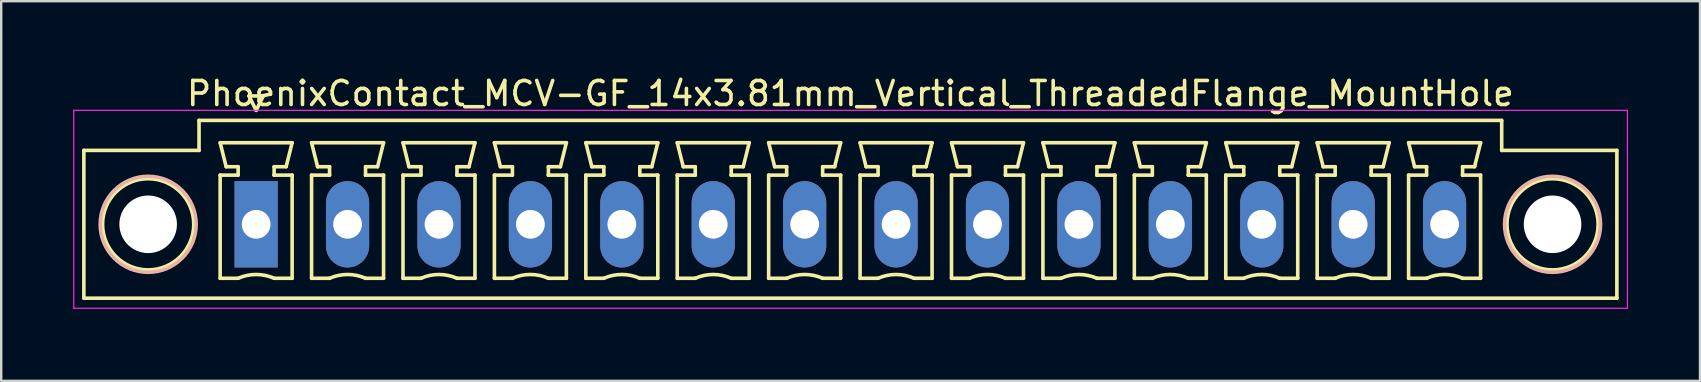
<source format=kicad_pcb>
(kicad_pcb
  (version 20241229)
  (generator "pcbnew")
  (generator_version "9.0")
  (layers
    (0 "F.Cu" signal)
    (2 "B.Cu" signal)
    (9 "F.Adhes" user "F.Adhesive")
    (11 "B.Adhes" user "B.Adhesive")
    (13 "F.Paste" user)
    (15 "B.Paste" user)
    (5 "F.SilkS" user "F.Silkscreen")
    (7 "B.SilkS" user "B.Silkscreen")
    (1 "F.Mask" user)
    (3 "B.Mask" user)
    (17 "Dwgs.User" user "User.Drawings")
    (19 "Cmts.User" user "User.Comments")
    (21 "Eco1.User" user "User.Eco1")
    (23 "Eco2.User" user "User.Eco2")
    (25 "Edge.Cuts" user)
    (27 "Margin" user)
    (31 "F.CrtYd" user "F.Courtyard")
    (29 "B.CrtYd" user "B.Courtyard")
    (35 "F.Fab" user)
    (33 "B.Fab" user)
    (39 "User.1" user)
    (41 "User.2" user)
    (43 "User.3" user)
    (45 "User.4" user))
  (footprint "PhoenixContact_MCV-GF_14x3.81mm_Vertical_ThreadedFlange_MountHole"
    (layer "F.Cu")
    (at 7.625 6.298)
    (property "Reference" "PhoenixContact_MCV-GF_14x3.81mm_Vertical_ThreadedFlange_MountHole" (at 24.765 -5.45 0) (layer "F.SilkS") (effects (font (size 1 1) (thickness 0.15))))
    (attr through_hole)
    (fp_line (start -7.18 -3.08) (end -7.18 3.08) (stroke (width 0.15) (type solid)) (layer "F.SilkS"))
    (fp_line (start -7.18 3.08) (end 56.71 3.08) (stroke (width 0.15) (type solid)) (layer "F.SilkS"))
    (fp_line (start -2.38 -4.33) (end -2.38 -3.08) (stroke (width 0.15) (type solid)) (layer "F.SilkS"))
    (fp_line (start -2.38 -3.08) (end -7.18 -3.08) (stroke (width 0.15) (type solid)) (layer "F.SilkS"))
    (fp_line (start -1.5 -3.4) (end 1.5 -3.4) (stroke (width 0.15) (type solid)) (layer "F.SilkS"))
    (fp_line (start -1.5 -2.05) (end -0.75 -2.05) (stroke (width 0.15) (type solid)) (layer "F.SilkS"))
    (fp_line (start -1.5 2.25) (end -1.5 -2.05) (stroke (width 0.15) (type solid)) (layer "F.SilkS"))
    (fp_line (start -1.25 -2.4) (end -1.5 -3.4) (stroke (width 0.15) (type solid)) (layer "F.SilkS"))
    (fp_line (start -0.75 -2.4) (end -1.25 -2.4) (stroke (width 0.15) (type solid)) (layer "F.SilkS"))
    (fp_line (start -0.75 -2.05) (end -0.75 -2.4) (stroke (width 0.15) (type solid)) (layer "F.SilkS"))
    (fp_line (start -0.75 2.25) (end -1.5 2.25) (stroke (width 0.15) (type solid)) (layer "F.SilkS"))
    (fp_line (start -0.3 -5.35) (end 0 -4.75) (stroke (width 0.15) (type solid)) (layer "F.SilkS"))
    (fp_line (start 0 -4.75) (end 0.3 -5.35) (stroke (width 0.15) (type solid)) (layer "F.SilkS"))
    (fp_line (start 0.3 -5.35) (end -0.3 -5.35) (stroke (width 0.15) (type solid)) (layer "F.SilkS"))
    (fp_line (start 0.75 -2.4) (end 0.75 -2.05) (stroke (width 0.15) (type solid)) (layer "F.SilkS"))
    (fp_line (start 0.75 -2.05) (end 0.75 -2.05) (stroke (width 0.15) (type solid)) (layer "F.SilkS"))
    (fp_line (start 0.75 -2.05) (end 1.5 -2.05) (stroke (width 0.15) (type solid)) (layer "F.SilkS"))
    (fp_line (start 1.25 -2.4) (end 0.75 -2.4) (stroke (width 0.15) (type solid)) (layer "F.SilkS"))
    (fp_line (start 1.5 -3.4) (end 1.25 -2.4) (stroke (width 0.15) (type solid)) (layer "F.SilkS"))
    (fp_line (start 1.5 -2.05) (end 1.5 2.25) (stroke (width 0.15) (type solid)) (layer "F.SilkS"))
    (fp_line (start 1.5 2.25) (end 0.75 2.25) (stroke (width 0.15) (type solid)) (layer "F.SilkS"))
    (fp_line (start 2.31 -3.4) (end 5.31 -3.4) (stroke (width 0.15) (type solid)) (layer "F.SilkS"))
    (fp_line (start 2.31 -2.05) (end 3.06 -2.05) (stroke (width 0.15) (type solid)) (layer "F.SilkS"))
    (fp_line (start 2.31 2.25) (end 2.31 -2.05) (stroke (width 0.15) (type solid)) (layer "F.SilkS"))
    (fp_line (start 2.56 -2.4) (end 2.31 -3.4) (stroke (width 0.15) (type solid)) (layer "F.SilkS"))
    (fp_line (start 3.06 -2.4) (end 2.56 -2.4) (stroke (width 0.15) (type solid)) (layer "F.SilkS"))
    (fp_line (start 3.06 -2.05) (end 3.06 -2.4) (stroke (width 0.15) (type solid)) (layer "F.SilkS"))
    (fp_line (start 3.06 2.25) (end 2.31 2.25) (stroke (width 0.15) (type solid)) (layer "F.SilkS"))
    (fp_line (start 4.56 -2.4) (end 4.56 -2.05) (stroke (width 0.15) (type solid)) (layer "F.SilkS"))
    (fp_line (start 4.56 -2.05) (end 4.56 -2.05) (stroke (width 0.15) (type solid)) (layer "F.SilkS"))
    (fp_line (start 4.56 -2.05) (end 5.31 -2.05) (stroke (width 0.15) (type solid)) (layer "F.SilkS"))
    (fp_line (start 5.06 -2.4) (end 4.56 -2.4) (stroke (width 0.15) (type solid)) (layer "F.SilkS"))
    (fp_line (start 5.31 -3.4) (end 5.06 -2.4) (stroke (width 0.15) (type solid)) (layer "F.SilkS"))
    (fp_line (start 5.31 -2.05) (end 5.31 2.25) (stroke (width 0.15) (type solid)) (layer "F.SilkS"))
    (fp_line (start 5.31 2.25) (end 4.56 2.25) (stroke (width 0.15) (type solid)) (layer "F.SilkS"))
    (fp_line (start 6.12 -3.4) (end 9.12 -3.4) (stroke (width 0.15) (type solid)) (layer "F.SilkS"))
    (fp_line (start 6.12 -2.05) (end 6.87 -2.05) (stroke (width 0.15) (type solid)) (layer "F.SilkS"))
    (fp_line (start 6.12 2.25) (end 6.12 -2.05) (stroke (width 0.15) (type solid)) (layer "F.SilkS"))
    (fp_line (start 6.37 -2.4) (end 6.12 -3.4) (stroke (width 0.15) (type solid)) (layer "F.SilkS"))
    (fp_line (start 6.87 -2.4) (end 6.37 -2.4) (stroke (width 0.15) (type solid)) (layer "F.SilkS"))
    (fp_line (start 6.87 -2.05) (end 6.87 -2.4) (stroke (width 0.15) (type solid)) (layer "F.SilkS"))
    (fp_line (start 6.87 2.25) (end 6.12 2.25) (stroke (width 0.15) (type solid)) (layer "F.SilkS"))
    (fp_line (start 8.37 -2.4) (end 8.37 -2.05) (stroke (width 0.15) (type solid)) (layer "F.SilkS"))
    (fp_line (start 8.37 -2.05) (end 8.37 -2.05) (stroke (width 0.15) (type solid)) (layer "F.SilkS"))
    (fp_line (start 8.37 -2.05) (end 9.12 -2.05) (stroke (width 0.15) (type solid)) (layer "F.SilkS"))
    (fp_line (start 8.87 -2.4) (end 8.37 -2.4) (stroke (width 0.15) (type solid)) (layer "F.SilkS"))
    (fp_line (start 9.12 -3.4) (end 8.87 -2.4) (stroke (width 0.15) (type solid)) (layer "F.SilkS"))
    (fp_line (start 9.12 -2.05) (end 9.12 2.25) (stroke (width 0.15) (type solid)) (layer "F.SilkS"))
    (fp_line (start 9.12 2.25) (end 8.37 2.25) (stroke (width 0.15) (type solid)) (layer "F.SilkS"))
    (fp_line (start 9.93 -3.4) (end 12.93 -3.4) (stroke (width 0.15) (type solid)) (layer "F.SilkS"))
    (fp_line (start 9.93 -2.05) (end 10.68 -2.05) (stroke (width 0.15) (type solid)) (layer "F.SilkS"))
    (fp_line (start 9.93 2.25) (end 9.93 -2.05) (stroke (width 0.15) (type solid)) (layer "F.SilkS"))
    (fp_line (start 10.18 -2.4) (end 9.93 -3.4) (stroke (width 0.15) (type solid)) (layer "F.SilkS"))
    (fp_line (start 10.68 -2.4) (end 10.18 -2.4) (stroke (width 0.15) (type solid)) (layer "F.SilkS"))
    (fp_line (start 10.68 -2.05) (end 10.68 -2.4) (stroke (width 0.15) (type solid)) (layer "F.SilkS"))
    (fp_line (start 10.68 2.25) (end 9.93 2.25) (stroke (width 0.15) (type solid)) (layer "F.SilkS"))
    (fp_line (start 12.18 -2.4) (end 12.18 -2.05) (stroke (width 0.15) (type solid)) (layer "F.SilkS"))
    (fp_line (start 12.18 -2.05) (end 12.18 -2.05) (stroke (width 0.15) (type solid)) (layer "F.SilkS"))
    (fp_line (start 12.18 -2.05) (end 12.93 -2.05) (stroke (width 0.15) (type solid)) (layer "F.SilkS"))
    (fp_line (start 12.68 -2.4) (end 12.18 -2.4) (stroke (width 0.15) (type solid)) (layer "F.SilkS"))
    (fp_line (start 12.93 -3.4) (end 12.68 -2.4) (stroke (width 0.15) (type solid)) (layer "F.SilkS"))
    (fp_line (start 12.93 -2.05) (end 12.93 2.25) (stroke (width 0.15) (type solid)) (layer "F.SilkS"))
    (fp_line (start 12.93 2.25) (end 12.18 2.25) (stroke (width 0.15) (type solid)) (layer "F.SilkS"))
    (fp_line (start 13.74 -3.4) (end 16.74 -3.4) (stroke (width 0.15) (type solid)) (layer "F.SilkS"))
    (fp_line (start 13.74 -2.05) (end 14.49 -2.05) (stroke (width 0.15) (type solid)) (layer "F.SilkS"))
    (fp_line (start 13.74 2.25) (end 13.74 -2.05) (stroke (width 0.15) (type solid)) (layer "F.SilkS"))
    (fp_line (start 13.99 -2.4) (end 13.74 -3.4) (stroke (width 0.15) (type solid)) (layer "F.SilkS"))
    (fp_line (start 14.49 -2.4) (end 13.99 -2.4) (stroke (width 0.15) (type solid)) (layer "F.SilkS"))
    (fp_line (start 14.49 -2.05) (end 14.49 -2.4) (stroke (width 0.15) (type solid)) (layer "F.SilkS"))
    (fp_line (start 14.49 2.25) (end 13.74 2.25) (stroke (width 0.15) (type solid)) (layer "F.SilkS"))
    (fp_line (start 15.99 -2.4) (end 15.99 -2.05) (stroke (width 0.15) (type solid)) (layer "F.SilkS"))
    (fp_line (start 15.99 -2.05) (end 15.99 -2.05) (stroke (width 0.15) (type solid)) (layer "F.SilkS"))
    (fp_line (start 15.99 -2.05) (end 16.74 -2.05) (stroke (width 0.15) (type solid)) (layer "F.SilkS"))
    (fp_line (start 16.49 -2.4) (end 15.99 -2.4) (stroke (width 0.15) (type solid)) (layer "F.SilkS"))
    (fp_line (start 16.74 -3.4) (end 16.49 -2.4) (stroke (width 0.15) (type solid)) (layer "F.SilkS"))
    (fp_line (start 16.74 -2.05) (end 16.74 2.25) (stroke (width 0.15) (type solid)) (layer "F.SilkS"))
    (fp_line (start 16.74 2.25) (end 15.99 2.25) (stroke (width 0.15) (type solid)) (layer "F.SilkS"))
    (fp_line (start 17.55 -3.4) (end 20.55 -3.4) (stroke (width 0.15) (type solid)) (layer "F.SilkS"))
    (fp_line (start 17.55 -2.05) (end 18.3 -2.05) (stroke (width 0.15) (type solid)) (layer "F.SilkS"))
    (fp_line (start 17.55 2.25) (end 17.55 -2.05) (stroke (width 0.15) (type solid)) (layer "F.SilkS"))
    (fp_line (start 17.8 -2.4) (end 17.55 -3.4) (stroke (width 0.15) (type solid)) (layer "F.SilkS"))
    (fp_line (start 18.3 -2.4) (end 17.8 -2.4) (stroke (width 0.15) (type solid)) (layer "F.SilkS"))
    (fp_line (start 18.3 -2.05) (end 18.3 -2.4) (stroke (width 0.15) (type solid)) (layer "F.SilkS"))
    (fp_line (start 18.3 2.25) (end 17.55 2.25) (stroke (width 0.15) (type solid)) (layer "F.SilkS"))
    (fp_line (start 19.8 -2.4) (end 19.8 -2.05) (stroke (width 0.15) (type solid)) (layer "F.SilkS"))
    (fp_line (start 19.8 -2.05) (end 19.8 -2.05) (stroke (width 0.15) (type solid)) (layer "F.SilkS"))
    (fp_line (start 19.8 -2.05) (end 20.55 -2.05) (stroke (width 0.15) (type solid)) (layer "F.SilkS"))
    (fp_line (start 20.3 -2.4) (end 19.8 -2.4) (stroke (width 0.15) (type solid)) (layer "F.SilkS"))
    (fp_line (start 20.55 -3.4) (end 20.3 -2.4) (stroke (width 0.15) (type solid)) (layer "F.SilkS"))
    (fp_line (start 20.55 -2.05) (end 20.55 2.25) (stroke (width 0.15) (type solid)) (layer "F.SilkS"))
    (fp_line (start 20.55 2.25) (end 19.8 2.25) (stroke (width 0.15) (type solid)) (layer "F.SilkS"))
    (fp_line (start 21.36 -3.4) (end 24.36 -3.4) (stroke (width 0.15) (type solid)) (layer "F.SilkS"))
    (fp_line (start 21.36 -2.05) (end 22.11 -2.05) (stroke (width 0.15) (type solid)) (layer "F.SilkS"))
    (fp_line (start 21.36 2.25) (end 21.36 -2.05) (stroke (width 0.15) (type solid)) (layer "F.SilkS"))
    (fp_line (start 21.61 -2.4) (end 21.36 -3.4) (stroke (width 0.15) (type solid)) (layer "F.SilkS"))
    (fp_line (start 22.11 -2.4) (end 21.61 -2.4) (stroke (width 0.15) (type solid)) (layer "F.SilkS"))
    (fp_line (start 22.11 -2.05) (end 22.11 -2.4) (stroke (width 0.15) (type solid)) (layer "F.SilkS"))
    (fp_line (start 22.11 2.25) (end 21.36 2.25) (stroke (width 0.15) (type solid)) (layer "F.SilkS"))
    (fp_line (start 23.61 -2.4) (end 23.61 -2.05) (stroke (width 0.15) (type solid)) (layer "F.SilkS"))
    (fp_line (start 23.61 -2.05) (end 23.61 -2.05) (stroke (width 0.15) (type solid)) (layer "F.SilkS"))
    (fp_line (start 23.61 -2.05) (end 24.36 -2.05) (stroke (width 0.15) (type solid)) (layer "F.SilkS"))
    (fp_line (start 24.11 -2.4) (end 23.61 -2.4) (stroke (width 0.15) (type solid)) (layer "F.SilkS"))
    (fp_line (start 24.36 -3.4) (end 24.11 -2.4) (stroke (width 0.15) (type solid)) (layer "F.SilkS"))
    (fp_line (start 24.36 -2.05) (end 24.36 2.25) (stroke (width 0.15) (type solid)) (layer "F.SilkS"))
    (fp_line (start 24.36 2.25) (end 23.61 2.25) (stroke (width 0.15) (type solid)) (layer "F.SilkS"))
    (fp_line (start 25.17 -3.4) (end 28.17 -3.4) (stroke (width 0.15) (type solid)) (layer "F.SilkS"))
    (fp_line (start 25.17 -2.05) (end 25.92 -2.05) (stroke (width 0.15) (type solid)) (layer "F.SilkS"))
    (fp_line (start 25.17 2.25) (end 25.17 -2.05) (stroke (width 0.15) (type solid)) (layer "F.SilkS"))
    (fp_line (start 25.42 -2.4) (end 25.17 -3.4) (stroke (width 0.15) (type solid)) (layer "F.SilkS"))
    (fp_line (start 25.92 -2.4) (end 25.42 -2.4) (stroke (width 0.15) (type solid)) (layer "F.SilkS"))
    (fp_line (start 25.92 -2.05) (end 25.92 -2.4) (stroke (width 0.15) (type solid)) (layer "F.SilkS"))
    (fp_line (start 25.92 2.25) (end 25.17 2.25) (stroke (width 0.15) (type solid)) (layer "F.SilkS"))
    (fp_line (start 27.42 -2.4) (end 27.42 -2.05) (stroke (width 0.15) (type solid)) (layer "F.SilkS"))
    (fp_line (start 27.42 -2.05) (end 27.42 -2.05) (stroke (width 0.15) (type solid)) (layer "F.SilkS"))
    (fp_line (start 27.42 -2.05) (end 28.17 -2.05) (stroke (width 0.15) (type solid)) (layer "F.SilkS"))
    (fp_line (start 27.92 -2.4) (end 27.42 -2.4) (stroke (width 0.15) (type solid)) (layer "F.SilkS"))
    (fp_line (start 28.17 -3.4) (end 27.92 -2.4) (stroke (width 0.15) (type solid)) (layer "F.SilkS"))
    (fp_line (start 28.17 -2.05) (end 28.17 2.25) (stroke (width 0.15) (type solid)) (layer "F.SilkS"))
    (fp_line (start 28.17 2.25) (end 27.42 2.25) (stroke (width 0.15) (type solid)) (layer "F.SilkS"))
    (fp_line (start 28.98 -3.4) (end 31.98 -3.4) (stroke (width 0.15) (type solid)) (layer "F.SilkS"))
    (fp_line (start 28.98 -2.05) (end 29.73 -2.05) (stroke (width 0.15) (type solid)) (layer "F.SilkS"))
    (fp_line (start 28.98 2.25) (end 28.98 -2.05) (stroke (width 0.15) (type solid)) (layer "F.SilkS"))
    (fp_line (start 29.23 -2.4) (end 28.98 -3.4) (stroke (width 0.15) (type solid)) (layer "F.SilkS"))
    (fp_line (start 29.73 -2.4) (end 29.23 -2.4) (stroke (width 0.15) (type solid)) (layer "F.SilkS"))
    (fp_line (start 29.73 -2.05) (end 29.73 -2.4) (stroke (width 0.15) (type solid)) (layer "F.SilkS"))
    (fp_line (start 29.73 2.25) (end 28.98 2.25) (stroke (width 0.15) (type solid)) (layer "F.SilkS"))
    (fp_line (start 31.23 -2.4) (end 31.23 -2.05) (stroke (width 0.15) (type solid)) (layer "F.SilkS"))
    (fp_line (start 31.23 -2.05) (end 31.23 -2.05) (stroke (width 0.15) (type solid)) (layer "F.SilkS"))
    (fp_line (start 31.23 -2.05) (end 31.98 -2.05) (stroke (width 0.15) (type solid)) (layer "F.SilkS"))
    (fp_line (start 31.73 -2.4) (end 31.23 -2.4) (stroke (width 0.15) (type solid)) (layer "F.SilkS"))
    (fp_line (start 31.98 -3.4) (end 31.73 -2.4) (stroke (width 0.15) (type solid)) (layer "F.SilkS"))
    (fp_line (start 31.98 -2.05) (end 31.98 2.25) (stroke (width 0.15) (type solid)) (layer "F.SilkS"))
    (fp_line (start 31.98 2.25) (end 31.23 2.25) (stroke (width 0.15) (type solid)) (layer "F.SilkS"))
    (fp_line (start 32.79 -3.4) (end 35.79 -3.4) (stroke (width 0.15) (type solid)) (layer "F.SilkS"))
    (fp_line (start 32.79 -2.05) (end 33.54 -2.05) (stroke (width 0.15) (type solid)) (layer "F.SilkS"))
    (fp_line (start 32.79 2.25) (end 32.79 -2.05) (stroke (width 0.15) (type solid)) (layer "F.SilkS"))
    (fp_line (start 33.04 -2.4) (end 32.79 -3.4) (stroke (width 0.15) (type solid)) (layer "F.SilkS"))
    (fp_line (start 33.54 -2.4) (end 33.04 -2.4) (stroke (width 0.15) (type solid)) (layer "F.SilkS"))
    (fp_line (start 33.54 -2.05) (end 33.54 -2.4) (stroke (width 0.15) (type solid)) (layer "F.SilkS"))
    (fp_line (start 33.54 2.25) (end 32.79 2.25) (stroke (width 0.15) (type solid)) (layer "F.SilkS"))
    (fp_line (start 35.04 -2.4) (end 35.04 -2.05) (stroke (width 0.15) (type solid)) (layer "F.SilkS"))
    (fp_line (start 35.04 -2.05) (end 35.04 -2.05) (stroke (width 0.15) (type solid)) (layer "F.SilkS"))
    (fp_line (start 35.04 -2.05) (end 35.79 -2.05) (stroke (width 0.15) (type solid)) (layer "F.SilkS"))
    (fp_line (start 35.54 -2.4) (end 35.04 -2.4) (stroke (width 0.15) (type solid)) (layer "F.SilkS"))
    (fp_line (start 35.79 -3.4) (end 35.54 -2.4) (stroke (width 0.15) (type solid)) (layer "F.SilkS"))
    (fp_line (start 35.79 -2.05) (end 35.79 2.25) (stroke (width 0.15) (type solid)) (layer "F.SilkS"))
    (fp_line (start 35.79 2.25) (end 35.04 2.25) (stroke (width 0.15) (type solid)) (layer "F.SilkS"))
    (fp_line (start 36.6 -3.4) (end 39.6 -3.4) (stroke (width 0.15) (type solid)) (layer "F.SilkS"))
    (fp_line (start 36.6 -2.05) (end 37.35 -2.05) (stroke (width 0.15) (type solid)) (layer "F.SilkS"))
    (fp_line (start 36.6 2.25) (end 36.6 -2.05) (stroke (width 0.15) (type solid)) (layer "F.SilkS"))
    (fp_line (start 36.85 -2.4) (end 36.6 -3.4) (stroke (width 0.15) (type solid)) (layer "F.SilkS"))
    (fp_line (start 37.35 -2.4) (end 36.85 -2.4) (stroke (width 0.15) (type solid)) (layer "F.SilkS"))
    (fp_line (start 37.35 -2.05) (end 37.35 -2.4) (stroke (width 0.15) (type solid)) (layer "F.SilkS"))
    (fp_line (start 37.35 2.25) (end 36.6 2.25) (stroke (width 0.15) (type solid)) (layer "F.SilkS"))
    (fp_line (start 38.85 -2.4) (end 38.85 -2.05) (stroke (width 0.15) (type solid)) (layer "F.SilkS"))
    (fp_line (start 38.85 -2.05) (end 38.85 -2.05) (stroke (width 0.15) (type solid)) (layer "F.SilkS"))
    (fp_line (start 38.85 -2.05) (end 39.6 -2.05) (stroke (width 0.15) (type solid)) (layer "F.SilkS"))
    (fp_line (start 39.35 -2.4) (end 38.85 -2.4) (stroke (width 0.15) (type solid)) (layer "F.SilkS"))
    (fp_line (start 39.6 -3.4) (end 39.35 -2.4) (stroke (width 0.15) (type solid)) (layer "F.SilkS"))
    (fp_line (start 39.6 -2.05) (end 39.6 2.25) (stroke (width 0.15) (type solid)) (layer "F.SilkS"))
    (fp_line (start 39.6 2.25) (end 38.85 2.25) (stroke (width 0.15) (type solid)) (layer "F.SilkS"))
    (fp_line (start 40.41 -3.4) (end 43.41 -3.4) (stroke (width 0.15) (type solid)) (layer "F.SilkS"))
    (fp_line (start 40.41 -2.05) (end 41.16 -2.05) (stroke (width 0.15) (type solid)) (layer "F.SilkS"))
    (fp_line (start 40.41 2.25) (end 40.41 -2.05) (stroke (width 0.15) (type solid)) (layer "F.SilkS"))
    (fp_line (start 40.66 -2.4) (end 40.41 -3.4) (stroke (width 0.15) (type solid)) (layer "F.SilkS"))
    (fp_line (start 41.16 -2.4) (end 40.66 -2.4) (stroke (width 0.15) (type solid)) (layer "F.SilkS"))
    (fp_line (start 41.16 -2.05) (end 41.16 -2.4) (stroke (width 0.15) (type solid)) (layer "F.SilkS"))
    (fp_line (start 41.16 2.25) (end 40.41 2.25) (stroke (width 0.15) (type solid)) (layer "F.SilkS"))
    (fp_line (start 42.66 -2.4) (end 42.66 -2.05) (stroke (width 0.15) (type solid)) (layer "F.SilkS"))
    (fp_line (start 42.66 -2.05) (end 42.66 -2.05) (stroke (width 0.15) (type solid)) (layer "F.SilkS"))
    (fp_line (start 42.66 -2.05) (end 43.41 -2.05) (stroke (width 0.15) (type solid)) (layer "F.SilkS"))
    (fp_line (start 43.16 -2.4) (end 42.66 -2.4) (stroke (width 0.15) (type solid)) (layer "F.SilkS"))
    (fp_line (start 43.41 -3.4) (end 43.16 -2.4) (stroke (width 0.15) (type solid)) (layer "F.SilkS"))
    (fp_line (start 43.41 -2.05) (end 43.41 2.25) (stroke (width 0.15) (type solid)) (layer "F.SilkS"))
    (fp_line (start 43.41 2.25) (end 42.66 2.25) (stroke (width 0.15) (type solid)) (layer "F.SilkS"))
    (fp_line (start 44.22 -3.4) (end 47.22 -3.4) (stroke (width 0.15) (type solid)) (layer "F.SilkS"))
    (fp_line (start 44.22 -2.05) (end 44.97 -2.05) (stroke (width 0.15) (type solid)) (layer "F.SilkS"))
    (fp_line (start 44.22 2.25) (end 44.22 -2.05) (stroke (width 0.15) (type solid)) (layer "F.SilkS"))
    (fp_line (start 44.47 -2.4) (end 44.22 -3.4) (stroke (width 0.15) (type solid)) (layer "F.SilkS"))
    (fp_line (start 44.97 -2.4) (end 44.47 -2.4) (stroke (width 0.15) (type solid)) (layer "F.SilkS"))
    (fp_line (start 44.97 -2.05) (end 44.97 -2.4) (stroke (width 0.15) (type solid)) (layer "F.SilkS"))
    (fp_line (start 44.97 2.25) (end 44.22 2.25) (stroke (width 0.15) (type solid)) (layer "F.SilkS"))
    (fp_line (start 46.47 -2.4) (end 46.47 -2.05) (stroke (width 0.15) (type solid)) (layer "F.SilkS"))
    (fp_line (start 46.47 -2.05) (end 46.47 -2.05) (stroke (width 0.15) (type solid)) (layer "F.SilkS"))
    (fp_line (start 46.47 -2.05) (end 47.22 -2.05) (stroke (width 0.15) (type solid)) (layer "F.SilkS"))
    (fp_line (start 46.97 -2.4) (end 46.47 -2.4) (stroke (width 0.15) (type solid)) (layer "F.SilkS"))
    (fp_line (start 47.22 -3.4) (end 46.97 -2.4) (stroke (width 0.15) (type solid)) (layer "F.SilkS"))
    (fp_line (start 47.22 -2.05) (end 47.22 2.25) (stroke (width 0.15) (type solid)) (layer "F.SilkS"))
    (fp_line (start 47.22 2.25) (end 46.47 2.25) (stroke (width 0.15) (type solid)) (layer "F.SilkS"))
    (fp_line (start 48.03 -3.4) (end 51.03 -3.4) (stroke (width 0.15) (type solid)) (layer "F.SilkS"))
    (fp_line (start 48.03 -2.05) (end 48.78 -2.05) (stroke (width 0.15) (type solid)) (layer "F.SilkS"))
    (fp_line (start 48.03 2.25) (end 48.03 -2.05) (stroke (width 0.15) (type solid)) (layer "F.SilkS"))
    (fp_line (start 48.28 -2.4) (end 48.03 -3.4) (stroke (width 0.15) (type solid)) (layer "F.SilkS"))
    (fp_line (start 48.78 -2.4) (end 48.28 -2.4) (stroke (width 0.15) (type solid)) (layer "F.SilkS"))
    (fp_line (start 48.78 -2.05) (end 48.78 -2.4) (stroke (width 0.15) (type solid)) (layer "F.SilkS"))
    (fp_line (start 48.78 2.25) (end 48.03 2.25) (stroke (width 0.15) (type solid)) (layer "F.SilkS"))
    (fp_line (start 50.28 -2.4) (end 50.28 -2.05) (stroke (width 0.15) (type solid)) (layer "F.SilkS"))
    (fp_line (start 50.28 -2.05) (end 50.28 -2.05) (stroke (width 0.15) (type solid)) (layer "F.SilkS"))
    (fp_line (start 50.28 -2.05) (end 51.03 -2.05) (stroke (width 0.15) (type solid)) (layer "F.SilkS"))
    (fp_line (start 50.78 -2.4) (end 50.28 -2.4) (stroke (width 0.15) (type solid)) (layer "F.SilkS"))
    (fp_line (start 51.03 -3.4) (end 50.78 -2.4) (stroke (width 0.15) (type solid)) (layer "F.SilkS"))
    (fp_line (start 51.03 -2.05) (end 51.03 2.25) (stroke (width 0.15) (type solid)) (layer "F.SilkS"))
    (fp_line (start 51.03 2.25) (end 50.28 2.25) (stroke (width 0.15) (type solid)) (layer "F.SilkS"))
    (fp_line (start 51.91 -4.33) (end -2.38 -4.33) (stroke (width 0.15) (type solid)) (layer "F.SilkS"))
    (fp_line (start 51.91 -3.08) (end 51.91 -4.33) (stroke (width 0.15) (type solid)) (layer "F.SilkS"))
    (fp_line (start 56.71 -3.08) (end 51.91 -3.08) (stroke (width 0.15) (type solid)) (layer "F.SilkS"))
    (fp_line (start 56.71 3.08) (end 56.71 -3.08) (stroke (width 0.15) (type solid)) (layer "F.SilkS"))
    (fp_arc (start -0.75 2.25) (mid -0.000193 2.09191) (end 0.749647 2.249844) (stroke (width 0.15) (type solid)) (layer "F.SilkS"))
    (fp_arc (start 3.06 2.25) (mid 3.809807 2.09191) (end 4.559647 2.249844) (stroke (width 0.15) (type solid)) (layer "F.SilkS"))
    (fp_arc (start 6.87 2.25) (mid 7.619807 2.09191) (end 8.369647 2.249844) (stroke (width 0.15) (type solid)) (layer "F.SilkS"))
    (fp_arc (start 10.68 2.25) (mid 11.429807 2.09191) (end 12.179647 2.249844) (stroke (width 0.15) (type solid)) (layer "F.SilkS"))
    (fp_arc (start 14.49 2.25) (mid 15.239807 2.09191) (end 15.989647 2.249844) (stroke (width 0.15) (type solid)) (layer "F.SilkS"))
    (fp_arc (start 18.3 2.25) (mid 19.049807 2.09191) (end 19.799647 2.249844) (stroke (width 0.15) (type solid)) (layer "F.SilkS"))
    (fp_arc (start 22.11 2.25) (mid 22.859807 2.09191) (end 23.609647 2.249844) (stroke (width 0.15) (type solid)) (layer "F.SilkS"))
    (fp_arc (start 25.92 2.25) (mid 26.669807 2.09191) (end 27.419647 2.249844) (stroke (width 0.15) (type solid)) (layer "F.SilkS"))
    (fp_arc (start 29.73 2.25) (mid 30.479807 2.09191) (end 31.229647 2.249844) (stroke (width 0.15) (type solid)) (layer "F.SilkS"))
    (fp_arc (start 33.54 2.25) (mid 34.289807 2.09191) (end 35.039647 2.249844) (stroke (width 0.15) (type solid)) (layer "F.SilkS"))
    (fp_arc (start 37.35 2.25) (mid 38.099807 2.09191) (end 38.849647 2.249844) (stroke (width 0.15) (type solid)) (layer "F.SilkS"))
    (fp_arc (start 41.16 2.25) (mid 41.909807 2.09191) (end 42.659647 2.249844) (stroke (width 0.15) (type solid)) (layer "F.SilkS"))
    (fp_arc (start 44.97 2.25) (mid 45.719807 2.09191) (end 46.469647 2.249844) (stroke (width 0.15) (type solid)) (layer "F.SilkS"))
    (fp_arc (start 48.78 2.25) (mid 49.529807 2.09191) (end 50.279647 2.249844) (stroke (width 0.15) (type solid)) (layer "F.SilkS"))
    (fp_circle (center -4.5 0) (end -2.6 0) (stroke (width 0.15) (type solid)) (fill no) (layer "F.SilkS"))
    (fp_circle (center 54.03 0) (end 55.93 0) (stroke (width 0.15) (type solid)) (fill no) (layer "F.SilkS"))
    (fp_circle (center -4.5 0) (end -2.5 0) (stroke (width 0.15) (type solid)) (fill no) (layer "B.SilkS"))
    (fp_circle (center 54.03 0) (end 56.03 0) (stroke (width 0.15) (type solid)) (fill no) (layer "B.SilkS"))
    (fp_line (start -7.6 -4.75) (end -7.6 3.5) (stroke (width 0.05) (type solid)) (layer "F.CrtYd"))
    (fp_line (start -7.6 3.5) (end 57.15 3.5) (stroke (width 0.05) (type solid)) (layer "F.CrtYd"))
    (fp_line (start 57.15 -4.75) (end -7.6 -4.75) (stroke (width 0.05) (type solid)) (layer "F.CrtYd"))
    (fp_line (start 57.15 3.5) (end 57.15 -4.75) (stroke (width 0.05) (type solid)) (layer "F.CrtYd"))
    (pad "" np_thru_hole circle (at -4.5 0) (size 2.4 2.4) (drill 2.4) (layers "*.Cu" "*.Mask"))
    (pad "" np_thru_hole circle (at 54.03 0) (size 2.4 2.4) (drill 2.4) (layers "*.Cu" "*.Mask"))
    (pad "1" thru_hole rect (at 0 0) (size 1.8 3.6) (drill 1.2) (layers "*.Cu" "*.Mask"))
    (pad "2" thru_hole oval (at 3.81 0) (size 1.8 3.6) (drill 1.2) (layers "*.Cu" "*.Mask"))
    (pad "3" thru_hole oval (at 7.62 0) (size 1.8 3.6) (drill 1.2) (layers "*.Cu" "*.Mask"))
    (pad "4" thru_hole oval (at 11.43 0) (size 1.8 3.6) (drill 1.2) (layers "*.Cu" "*.Mask"))
    (pad "5" thru_hole oval (at 15.24 0) (size 1.8 3.6) (drill 1.2) (layers "*.Cu" "*.Mask"))
    (pad "6" thru_hole oval (at 19.05 0) (size 1.8 3.6) (drill 1.2) (layers "*.Cu" "*.Mask"))
    (pad "7" thru_hole oval (at 22.86 0) (size 1.8 3.6) (drill 1.2) (layers "*.Cu" "*.Mask"))
    (pad "8" thru_hole oval (at 26.67 0) (size 1.8 3.6) (drill 1.2) (layers "*.Cu" "*.Mask"))
    (pad "9" thru_hole oval (at 30.48 0) (size 1.8 3.6) (drill 1.2) (layers "*.Cu" "*.Mask"))
    (pad "10" thru_hole oval (at 34.29 0) (size 1.8 3.6) (drill 1.2) (layers "*.Cu" "*.Mask"))
    (pad "11" thru_hole oval (at 38.1 0) (size 1.8 3.6) (drill 1.2) (layers "*.Cu" "*.Mask"))
    (pad "12" thru_hole oval (at 41.91 0) (size 1.8 3.6) (drill 1.2) (layers "*.Cu" "*.Mask"))
    (pad "13" thru_hole oval (at 45.72 0) (size 1.8 3.6) (drill 1.2) (layers "*.Cu" "*.Mask"))
    (pad "14" thru_hole oval (at 49.53 0) (size 1.8 3.6) (drill 1.2) (layers "*.Cu" "*.Mask")))
  (gr_rect
    (start -3 -3)
    (end 67.8 12.823)
    (stroke (width 0.1) (type default))
    (fill no)
    (layer "Edge.Cuts")))
</source>
